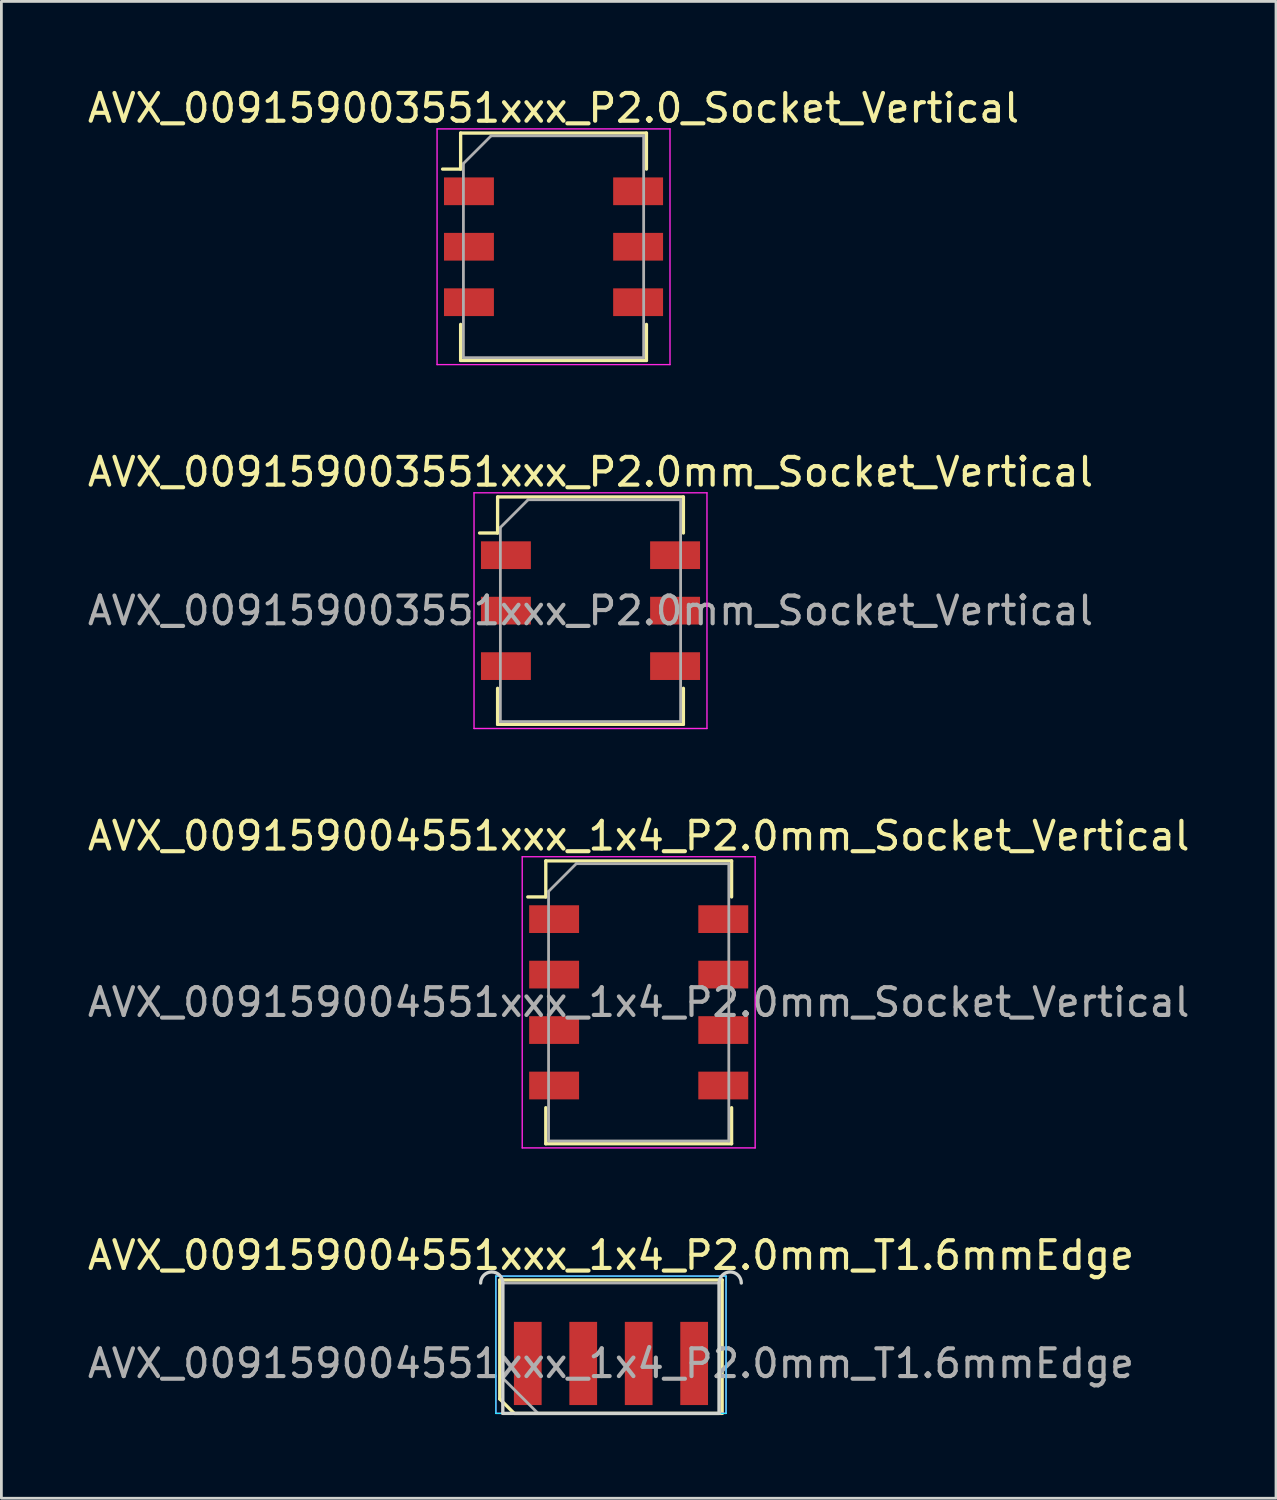
<source format=kicad_pcb>
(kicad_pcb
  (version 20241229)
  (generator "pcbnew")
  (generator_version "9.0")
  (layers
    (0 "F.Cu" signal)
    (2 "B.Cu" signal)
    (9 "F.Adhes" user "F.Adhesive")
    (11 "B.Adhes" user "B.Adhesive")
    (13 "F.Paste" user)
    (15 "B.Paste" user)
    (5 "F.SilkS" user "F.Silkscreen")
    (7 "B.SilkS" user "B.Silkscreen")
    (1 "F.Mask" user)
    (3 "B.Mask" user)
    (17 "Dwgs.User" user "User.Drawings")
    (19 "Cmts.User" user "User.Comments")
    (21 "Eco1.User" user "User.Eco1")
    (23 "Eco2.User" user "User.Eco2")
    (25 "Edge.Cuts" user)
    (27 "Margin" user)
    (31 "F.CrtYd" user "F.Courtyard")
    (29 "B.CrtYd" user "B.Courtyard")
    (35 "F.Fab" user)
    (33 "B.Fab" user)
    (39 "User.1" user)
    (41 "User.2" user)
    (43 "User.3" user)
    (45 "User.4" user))
  (footprint "AVX_009159004551xxx_1x4_P2.0mm_Socket_Vertical"
    (layer "F.Cu")
    (at 19.982 33.095)
    (property "Reference" "AVX_009159004551xxx_1x4_P2.0mm_Socket_Vertical" (at 0 -6 0) (layer "F.SilkS") (effects (font (size 1 1) (thickness 0.15))))
    (attr smd)
    (fp_line (start -4 -3.8) (end -3.35 -3.8) (stroke (width 0.12) (type solid)) (layer "F.SilkS"))
    (fp_line (start -3.35 -5.1) (end -3.35 -3.8) (stroke (width 0.12) (type solid)) (layer "F.SilkS"))
    (fp_line (start -3.35 -5.1) (end 3.35 -5.1) (stroke (width 0.12) (type solid)) (layer "F.SilkS"))
    (fp_line (start -3.35 5.1) (end -3.35 3.8) (stroke (width 0.12) (type solid)) (layer "F.SilkS"))
    (fp_line (start 3.35 -5.1) (end 3.35 -3.8) (stroke (width 0.12) (type solid)) (layer "F.SilkS"))
    (fp_line (start 3.35 5.1) (end -3.35 5.1) (stroke (width 0.12) (type solid)) (layer "F.SilkS"))
    (fp_line (start 3.35 5.1) (end 3.35 3.8) (stroke (width 0.12) (type solid)) (layer "F.SilkS"))
    (fp_line (start -4.2 -5.25) (end 4.2 -5.25) (stroke (width 0.05) (type solid)) (layer "F.CrtYd"))
    (fp_line (start -4.2 5.25) (end -4.2 -5.25) (stroke (width 0.05) (type solid)) (layer "F.CrtYd"))
    (fp_line (start 4.2 -5.25) (end 4.2 5.25) (stroke (width 0.05) (type solid)) (layer "F.CrtYd"))
    (fp_line (start 4.2 5.25) (end -4.2 5.25) (stroke (width 0.05) (type solid)) (layer "F.CrtYd"))
    (fp_line (start -3.25 -4) (end -2.25 -5) (stroke (width 0.1) (type solid)) (layer "F.Fab"))
    (fp_line (start -3.25 5) (end -3.25 -4) (stroke (width 0.1) (type solid)) (layer "F.Fab"))
    (fp_line (start -2.25 -5) (end 3.25 -5) (stroke (width 0.1) (type solid)) (layer "F.Fab"))
    (fp_line (start 3.25 -5) (end 3.25 5) (stroke (width 0.1) (type solid)) (layer "F.Fab"))
    (fp_line (start 3.25 5) (end -3.25 5) (stroke (width 0.1) (type solid)) (layer "F.Fab"))
    (fp_text user "${REFERENCE}" (at 0 0 0) (layer "F.Fab") (effects (font (size 1 1) (thickness 0.15))))
    (pad "1" smd rect (at -3.05 -3 270) (size 1 1.8) (layers "F.Cu" "F.Mask" "F.Paste"))
    (pad "2" smd rect (at -3.05 -1 270) (size 1 1.8) (layers "F.Cu" "F.Mask" "F.Paste"))
    (pad "3" smd rect (at -3.05 1 270) (size 1 1.8) (layers "F.Cu" "F.Mask" "F.Paste"))
    (pad "4" smd rect (at -3.05 3 270) (size 1 1.8) (layers "F.Cu" "F.Mask" "F.Paste"))
    (pad "MP" smd rect (at 3.05 -3 270) (size 1 1.8) (layers "F.Cu" "F.Mask" "F.Paste"))
    (pad "MP" smd rect (at 3.05 -1 270) (size 1 1.8) (layers "F.Cu" "F.Mask" "F.Paste"))
    (pad "MP" smd rect (at 3.05 1 270) (size 1 1.8) (layers "F.Cu" "F.Mask" "F.Paste"))
    (pad "MP" smd rect (at 3.05 3 270) (size 1 1.8) (layers "F.Cu" "F.Mask" "F.Paste")))
  (footprint "AVX_009159003551xxx_P2.0mm_Socket_Vertical"
    (layer "F.Cu")
    (at 18.244 18.971)
    (property "Reference" "AVX_009159003551xxx_P2.0mm_Socket_Vertical" (at 0 -5 0) (layer "F.SilkS") (effects (font (size 1 1) (thickness 0.15))))
    (attr smd)
    (fp_line (start -4 -2.8) (end -3.35 -2.8) (stroke (width 0.12) (type solid)) (layer "F.SilkS"))
    (fp_line (start -3.35 -4.1) (end -3.35 -2.8) (stroke (width 0.12) (type solid)) (layer "F.SilkS"))
    (fp_line (start -3.35 -4.1) (end 3.35 -4.1) (stroke (width 0.12) (type solid)) (layer "F.SilkS"))
    (fp_line (start -3.35 4.1) (end -3.35 2.8) (stroke (width 0.12) (type solid)) (layer "F.SilkS"))
    (fp_line (start 3.35 -4.1) (end 3.35 -2.8) (stroke (width 0.12) (type solid)) (layer "F.SilkS"))
    (fp_line (start 3.35 4.1) (end -3.35 4.1) (stroke (width 0.12) (type solid)) (layer "F.SilkS"))
    (fp_line (start 3.35 4.1) (end 3.35 2.8) (stroke (width 0.12) (type solid)) (layer "F.SilkS"))
    (fp_line (start -4.2 -4.25) (end 4.2 -4.25) (stroke (width 0.05) (type solid)) (layer "F.CrtYd"))
    (fp_line (start -4.2 4.25) (end -4.2 -4.25) (stroke (width 0.05) (type solid)) (layer "F.CrtYd"))
    (fp_line (start 4.2 -4.25) (end 4.2 4.25) (stroke (width 0.05) (type solid)) (layer "F.CrtYd"))
    (fp_line (start 4.2 4.25) (end -4.2 4.25) (stroke (width 0.05) (type solid)) (layer "F.CrtYd"))
    (fp_line (start -3.25 -3) (end -2.25 -4) (stroke (width 0.1) (type solid)) (layer "F.Fab"))
    (fp_line (start -3.25 4) (end -3.25 -3) (stroke (width 0.1) (type solid)) (layer "F.Fab"))
    (fp_line (start -2.25 -4) (end 3.25 -4) (stroke (width 0.1) (type solid)) (layer "F.Fab"))
    (fp_line (start 3.25 -4) (end 3.25 4) (stroke (width 0.1) (type solid)) (layer "F.Fab"))
    (fp_line (start 3.25 4) (end -3.25 4) (stroke (width 0.1) (type solid)) (layer "F.Fab"))
    (fp_text user "${REFERENCE}" (at 0 0 0) (layer "F.Fab") (effects (font (size 1 1) (thickness 0.15))))
    (pad "1" smd rect (at -3.05 -2 270) (size 1 1.8) (layers "F.Cu" "F.Mask" "F.Paste"))
    (pad "1" smd rect (at 3.05 -2 270) (size 1 1.8) (layers "F.Cu" "F.Mask" "F.Paste"))
    (pad "2" smd rect (at -3.05 0 270) (size 1 1.8) (layers "F.Cu" "F.Mask" "F.Paste"))
    (pad "2" smd rect (at 3.05 0 270) (size 1 1.8) (layers "F.Cu" "F.Mask" "F.Paste"))
    (pad "3" smd rect (at -3.05 2 270) (size 1 1.8) (layers "F.Cu" "F.Mask" "F.Paste"))
    (pad "3" smd rect (at 3.05 2 270) (size 1 1.8) (layers "F.Cu" "F.Mask" "F.Paste")))
  (footprint "AVX_009159003551xxx_P2.0_Socket_Vertical"
    (layer "F.Cu")
    (at 16.911 5.848)
    (property "Reference" "AVX_009159003551xxx_P2.0_Socket_Vertical" (at 0 -5 0) (layer "F.SilkS") (effects (font (size 1 1) (thickness 0.15))))
    (attr smd)
    (fp_line (start -4 -2.8) (end -3.35 -2.8) (stroke (width 0.12) (type solid)) (layer "F.SilkS"))
    (fp_line (start -3.35 -4.1) (end -3.35 -2.8) (stroke (width 0.12) (type solid)) (layer "F.SilkS"))
    (fp_line (start -3.35 -4.1) (end 3.35 -4.1) (stroke (width 0.12) (type solid)) (layer "F.SilkS"))
    (fp_line (start -3.35 4.1) (end -3.35 2.8) (stroke (width 0.12) (type solid)) (layer "F.SilkS"))
    (fp_line (start 3.35 -4.1) (end 3.35 -2.8) (stroke (width 0.12) (type solid)) (layer "F.SilkS"))
    (fp_line (start 3.35 4.1) (end -3.35 4.1) (stroke (width 0.12) (type solid)) (layer "F.SilkS"))
    (fp_line (start 3.35 4.1) (end 3.35 2.8) (stroke (width 0.12) (type solid)) (layer "F.SilkS"))
    (fp_line (start -4.2 -4.25) (end 4.2 -4.25) (stroke (width 0.05) (type solid)) (layer "F.CrtYd"))
    (fp_line (start -4.2 4.25) (end -4.2 -4.25) (stroke (width 0.05) (type solid)) (layer "F.CrtYd"))
    (fp_line (start 4.2 -4.25) (end 4.2 4.25) (stroke (width 0.05) (type solid)) (layer "F.CrtYd"))
    (fp_line (start 4.2 4.25) (end -4.2 4.25) (stroke (width 0.05) (type solid)) (layer "F.CrtYd"))
    (fp_line (start -3.25 -3) (end -2.25 -4) (stroke (width 0.1) (type solid)) (layer "F.Fab"))
    (fp_line (start -3.25 4) (end -3.25 -3) (stroke (width 0.1) (type solid)) (layer "F.Fab"))
    (fp_line (start -2.25 -4) (end 3.25 -4) (stroke (width 0.1) (type solid)) (layer "F.Fab"))
    (fp_line (start 3.25 -4) (end 3.25 4) (stroke (width 0.1) (type solid)) (layer "F.Fab"))
    (fp_line (start 3.25 4) (end -3.25 4) (stroke (width 0.1) (type solid)) (layer "F.Fab"))
    (pad "1" smd rect (at -3.05 -2 270) (size 1 1.8) (layers "F.Cu" "F.Mask" "F.Paste"))
    (pad "1" smd rect (at 3.05 -2 270) (size 1 1.8) (layers "F.Cu" "F.Mask" "F.Paste"))
    (pad "2" smd rect (at -3.05 0 270) (size 1 1.8) (layers "F.Cu" "F.Mask" "F.Paste"))
    (pad "2" smd rect (at 3.05 0 270) (size 1 1.8) (layers "F.Cu" "F.Mask" "F.Paste"))
    (pad "3" smd rect (at -3.05 2 270) (size 1 1.8) (layers "F.Cu" "F.Mask" "F.Paste"))
    (pad "3" smd rect (at 3.05 2 270) (size 1 1.8) (layers "F.Cu" "F.Mask" "F.Paste")))
  (footprint "AVX_009159004551xxx_1x4_P2.0mm_T1.6mmEdge"
    (layer "F.Cu")
    (at 18.982 46.118)
    (property "Reference" "AVX_009159004551xxx_1x4_P2.0mm_T1.6mmEdge" (at 0 -3.9 0) (layer "F.SilkS") (effects (font (size 1 1) (thickness 0.15))))
    (attr exclude_from_pos_files exclude_from_bom)
    (fp_line (start -4.01 -3.01) (end 4.01 -3.01) (stroke (width 0.12) (type solid)) (layer "F.SilkS"))
    (fp_line (start -4.01 1.28) (end -4.01 -3.01) (stroke (width 0.12) (type solid)) (layer "F.SilkS"))
    (fp_line (start -3.49 1.8) (end -4.01 1.28) (stroke (width 0.12) (type solid)) (layer "F.SilkS"))
    (fp_line (start -3.49 1.8) (end 4.01 1.8) (stroke (width 0.12) (type solid)) (layer "F.SilkS"))
    (fp_line (start 4.01 1.8) (end 4.01 -3.01) (stroke (width 0.12) (type solid)) (layer "F.SilkS"))
    (fp_line (start -3.9 1.8) (end -3.9 -2.9) (stroke (width 0.12) (type solid)) (layer "Edge.Cuts"))
    (fp_line (start -3.9 1.8) (end 3.9 1.8) (stroke (width 0.12) (type solid)) (layer "Edge.Cuts"))
    (fp_line (start 3.9 1.8) (end 3.9 -2.9) (stroke (width 0.12) (type solid)) (layer "Edge.Cuts"))
    (fp_arc (start -4.7 -2.9) (mid -4.3 -3.3) (end -3.9 -2.9) (stroke (width 0.12) (type solid)) (layer "Edge.Cuts"))
    (fp_arc (start 3.9 -2.9) (mid 4.3 -3.3) (end 4.7 -2.9) (stroke (width 0.12) (type solid)) (layer "Edge.Cuts"))
    (fp_line (start -4.15 -3.15) (end -4.15 1.8) (stroke (width 0.05) (type solid)) (layer "B.CrtYd"))
    (fp_line (start -4.15 1.8) (end 4.15 1.8) (stroke (width 0.05) (type solid)) (layer "B.CrtYd"))
    (fp_line (start 4.15 -3.15) (end -4.15 -3.15) (stroke (width 0.05) (type solid)) (layer "B.CrtYd"))
    (fp_line (start 4.15 1.8) (end 4.15 -3.15) (stroke (width 0.05) (type solid)) (layer "B.CrtYd"))
    (fp_line (start -4.15 -3.15) (end -4.15 1.8) (stroke (width 0.05) (type solid)) (layer "F.CrtYd"))
    (fp_line (start -4.15 1.8) (end 4.15 1.8) (stroke (width 0.05) (type solid)) (layer "F.CrtYd"))
    (fp_line (start 4.15 -3.15) (end -4.15 -3.15) (stroke (width 0.05) (type solid)) (layer "F.CrtYd"))
    (fp_line (start 4.15 1.8) (end 4.15 -3.15) (stroke (width 0.05) (type solid)) (layer "F.CrtYd"))
    (fp_line (start -3.9 -2.9) (end 3.9 -2.9) (stroke (width 0.1) (type solid)) (layer "F.Fab"))
    (fp_line (start -3.9 0.53) (end -3.9 -2.9) (stroke (width 0.1) (type solid)) (layer "F.Fab"))
    (fp_line (start -3.9 0.53) (end -2.63 1.8) (stroke (width 0.1) (type solid)) (layer "F.Fab"))
    (fp_line (start -2.63 1.8) (end 3.9 1.8) (stroke (width 0.1) (type solid)) (layer "F.Fab"))
    (fp_line (start 3.9 1.8) (end 3.9 -2.9) (stroke (width 0.1) (type solid)) (layer "F.Fab"))
    (fp_text user "${REFERENCE}" (at 0 0 0) (layer "F.Fab") (effects (font (size 1 1) (thickness 0.15))))
    (pad "1" connect rect (at -3 0) (size 1 3) (layers "F.Cu" "F.Mask"))
    (pad "2" connect rect (at -1 0) (size 1 3) (layers "F.Cu" "F.Mask"))
    (pad "3" connect rect (at 1 0) (size 1 3) (layers "F.Cu" "F.Mask"))
    (pad "4" connect rect (at 3 0) (size 1 3) (layers "F.Cu" "F.Mask")))
  (gr_rect
    (start -3 -3)
    (end 42.964 50.978)
    (stroke (width 0.1) (type default))
    (fill no)
    (layer "Edge.Cuts")))
</source>
